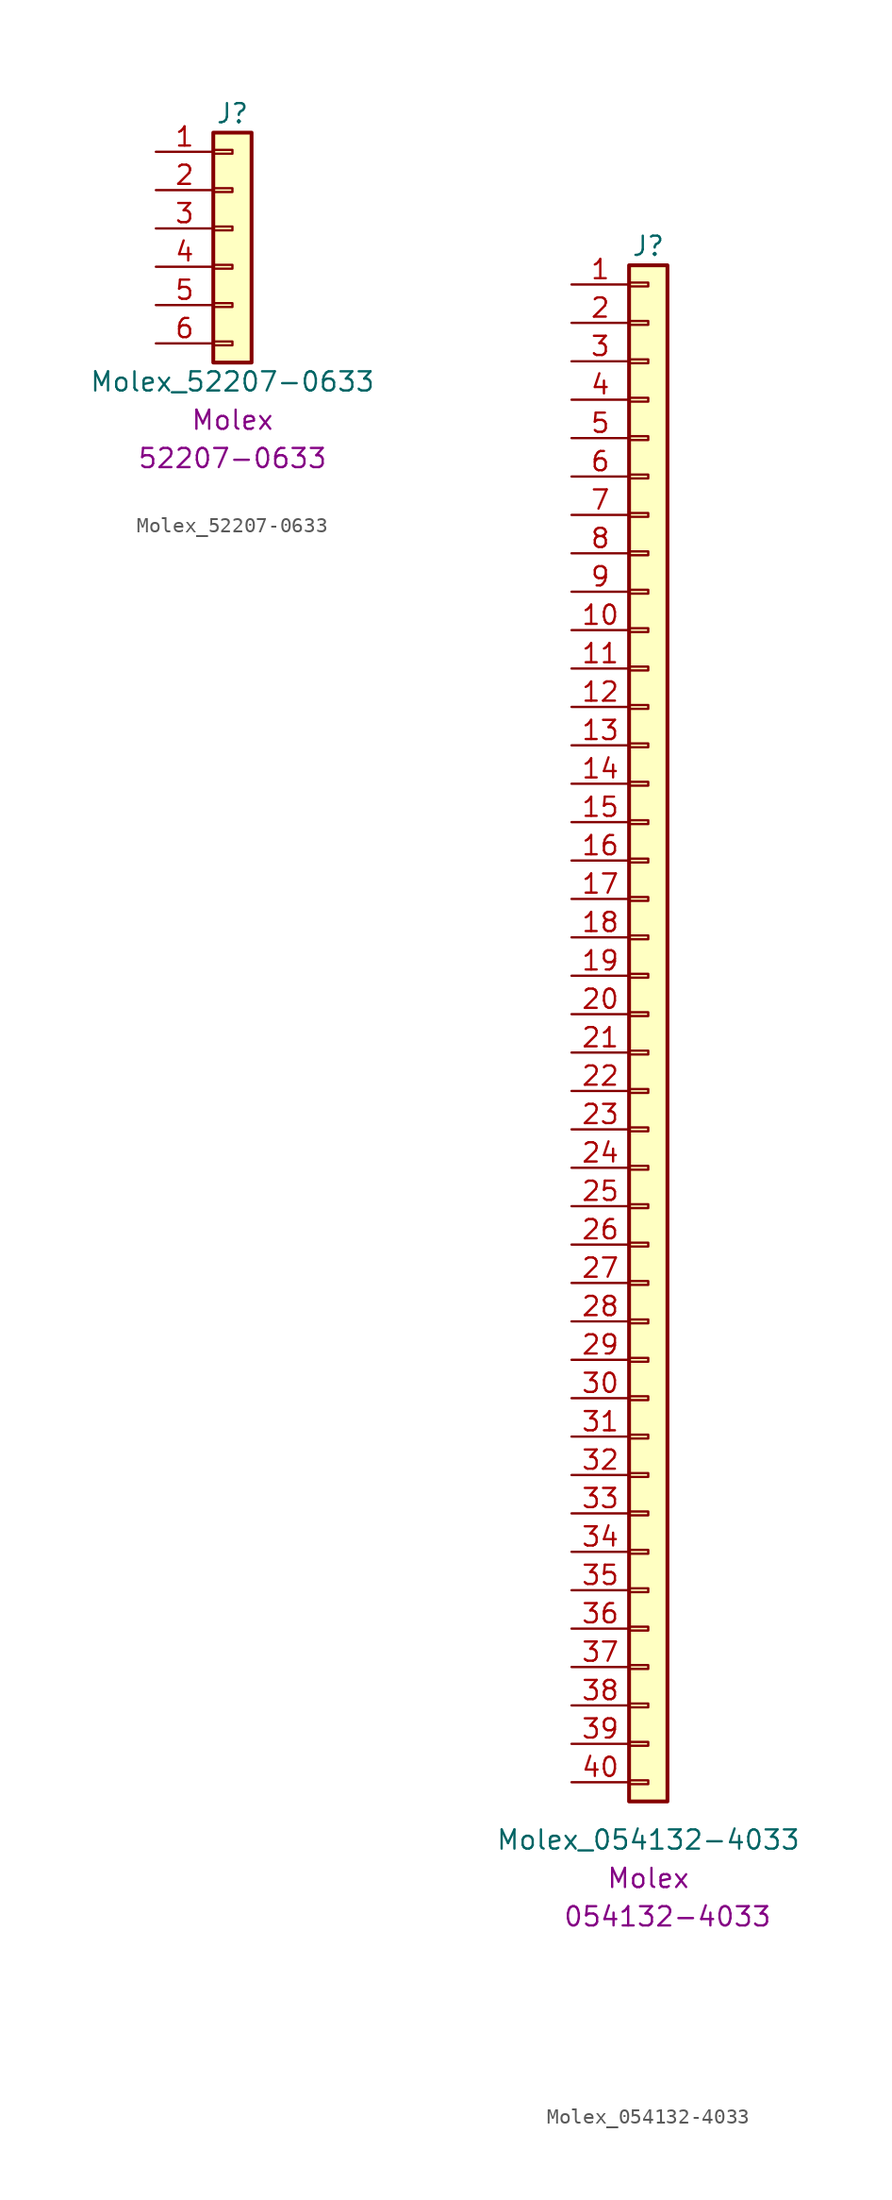
<source format=kicad_sym>
(kicad_symbol_lib
  (version 20211014)
  (generator kicad_symbol_editor)
  (symbol "Molex_52207-0633"
    (pin_names hide)
    (property "Reference" "J"
      (at 0 7.62 0)
      (effects (font (size 1.27 1.27))))
    (property "Value" "Molex_52207-0633"
      (at 0 -10.16 0)
      (effects (font (size 1.27 1.27))))
    (property "Manufacturer" "Molex"
      (at 0 -12.7 0)
      (effects (font (size 1.27 1.27))))
    (property "Manufacturer Part Number" "52207-0633"
      (at 0 -15.24 0)
      (effects (font (size 1.27 1.27))))
    (symbol "Molex_52207-0633_1_1"
      (rectangle (start -1.27 -7.493) (end 0 -7.747) (stroke (width 0.152) (type default) (color 0 0 0 0)) (fill (type none)))
      (rectangle (start -1.27 -4.953) (end 0 -5.207) (stroke (width 0.152) (type default) (color 0 0 0 0)) (fill (type none)))
      (rectangle (start -1.27 -2.413) (end 0 -2.667) (stroke (width 0.152) (type default) (color 0 0 0 0)) (fill (type none)))
      (rectangle (start -1.27 0.127) (end 0 -0.127) (stroke (width 0.152) (type default) (color 0 0 0 0)) (fill (type none)))
      (rectangle (start -1.27 2.667) (end 0 2.413) (stroke (width 0.152) (type default) (color 0 0 0 0)) (fill (type none)))
      (rectangle (start -1.27 5.207) (end 0 4.953) (stroke (width 0.152) (type default) (color 0 0 0 0)) (fill (type none)))
      (rectangle (start -1.27 6.35) (end 1.27 -8.89) (stroke (width 0.254) (type default) (color 0 0 0 0)) (fill (type background)))
      (pin passive line (at -5.08 5.08 0) (length 3.81) (name "Pin_1" (effects (font (size 1.27 1.27)))) (number "1" (effects (font (size 1.27 1.27)))))
      (pin passive line (at -5.08 2.54 0) (length 3.81) (name "Pin_2" (effects (font (size 1.27 1.27)))) (number "2" (effects (font (size 1.27 1.27)))))
      (pin passive line (at -5.08 0 0) (length 3.81) (name "Pin_3" (effects (font (size 1.27 1.27)))) (number "3" (effects (font (size 1.27 1.27)))))
      (pin passive line (at -5.08 -2.54 0) (length 3.81) (name "Pin_4" (effects (font (size 1.27 1.27)))) (number "4" (effects (font (size 1.27 1.27)))))
      (pin passive line (at -5.08 -5.08 0) (length 3.81) (name "Pin_5" (effects (font (size 1.27 1.27)))) (number "5" (effects (font (size 1.27 1.27)))))
      (pin passive line (at -5.08 -7.62 0) (length 3.81) (name "Pin_6" (effects (font (size 1.27 1.27)))) (number "6" (effects (font (size 1.27 1.27)))))))
  (symbol "Molex_054132-4033"
    (pin_names hide)
    (property "Reference" "J"
      (at 0 50.8 0)
      (effects (font (size 1.27 1.27))))
    (property "Value" "Molex_054132-4033"
      (at 0 -54.61 0)
      (effects (font (size 1.27 1.27))))
    (property "Manufacturer" "Molex"
      (at 0 -57.15 0)
      (effects (font (size 1.27 1.27))))
    (property "Manufacturer Part Number" "054132-4033"
      (at 1.27 -59.69 0)
      (effects (font (size 1.27 1.27))))
    (symbol "Molex_054132-4033_1_1"
      (rectangle (start -1.27 -50.673) (end 0 -50.927) (stroke (width 0.152) (type default) (color 0 0 0 0)) (fill (type none)))
      (rectangle (start -1.27 -48.133) (end 0 -48.387) (stroke (width 0.152) (type default) (color 0 0 0 0)) (fill (type none)))
      (rectangle (start -1.27 -45.593) (end 0 -45.847) (stroke (width 0.152) (type default) (color 0 0 0 0)) (fill (type none)))
      (rectangle (start -1.27 -43.053) (end 0 -43.307) (stroke (width 0.152) (type default) (color 0 0 0 0)) (fill (type none)))
      (rectangle (start -1.27 -40.513) (end 0 -40.767) (stroke (width 0.152) (type default) (color 0 0 0 0)) (fill (type none)))
      (rectangle (start -1.27 -37.973) (end 0 -38.227) (stroke (width 0.152) (type default) (color 0 0 0 0)) (fill (type none)))
      (rectangle (start -1.27 -35.433) (end 0 -35.687) (stroke (width 0.152) (type default) (color 0 0 0 0)) (fill (type none)))
      (rectangle (start -1.27 -32.893) (end 0 -33.147) (stroke (width 0.152) (type default) (color 0 0 0 0)) (fill (type none)))
      (rectangle (start -1.27 -30.353) (end 0 -30.607) (stroke (width 0.152) (type default) (color 0 0 0 0)) (fill (type none)))
      (rectangle (start -1.27 -27.813) (end 0 -28.067) (stroke (width 0.152) (type default) (color 0 0 0 0)) (fill (type none)))
      (rectangle (start -1.27 -25.273) (end 0 -25.527) (stroke (width 0.152) (type default) (color 0 0 0 0)) (fill (type none)))
      (rectangle (start -1.27 -22.733) (end 0 -22.987) (stroke (width 0.152) (type default) (color 0 0 0 0)) (fill (type none)))
      (rectangle (start -1.27 -20.193) (end 0 -20.447) (stroke (width 0.152) (type default) (color 0 0 0 0)) (fill (type none)))
      (rectangle (start -1.27 -17.653) (end 0 -17.907) (stroke (width 0.152) (type default) (color 0 0 0 0)) (fill (type none)))
      (rectangle (start -1.27 -15.113) (end 0 -15.367) (stroke (width 0.152) (type default) (color 0 0 0 0)) (fill (type none)))
      (rectangle (start -1.27 -12.573) (end 0 -12.827) (stroke (width 0.152) (type default) (color 0 0 0 0)) (fill (type none)))
      (rectangle (start -1.27 -10.033) (end 0 -10.287) (stroke (width 0.152) (type default) (color 0 0 0 0)) (fill (type none)))
      (rectangle (start -1.27 -7.493) (end 0 -7.747) (stroke (width 0.152) (type default) (color 0 0 0 0)) (fill (type none)))
      (rectangle (start -1.27 -4.953) (end 0 -5.207) (stroke (width 0.152) (type default) (color 0 0 0 0)) (fill (type none)))
      (rectangle (start -1.27 -2.413) (end 0 -2.667) (stroke (width 0.152) (type default) (color 0 0 0 0)) (fill (type none)))
      (rectangle (start -1.27 0.127) (end 0 -0.127) (stroke (width 0.152) (type default) (color 0 0 0 0)) (fill (type none)))
      (rectangle (start -1.27 2.667) (end 0 2.413) (stroke (width 0.152) (type default) (color 0 0 0 0)) (fill (type none)))
      (rectangle (start -1.27 5.207) (end 0 4.953) (stroke (width 0.152) (type default) (color 0 0 0 0)) (fill (type none)))
      (rectangle (start -1.27 7.747) (end 0 7.493) (stroke (width 0.152) (type default) (color 0 0 0 0)) (fill (type none)))
      (rectangle (start -1.27 10.287) (end 0 10.033) (stroke (width 0.152) (type default) (color 0 0 0 0)) (fill (type none)))
      (rectangle (start -1.27 12.827) (end 0 12.573) (stroke (width 0.152) (type default) (color 0 0 0 0)) (fill (type none)))
      (rectangle (start -1.27 15.367) (end 0 15.113) (stroke (width 0.152) (type default) (color 0 0 0 0)) (fill (type none)))
      (rectangle (start -1.27 17.907) (end 0 17.653) (stroke (width 0.152) (type default) (color 0 0 0 0)) (fill (type none)))
      (rectangle (start -1.27 20.447) (end 0 20.193) (stroke (width 0.152) (type default) (color 0 0 0 0)) (fill (type none)))
      (rectangle (start -1.27 22.987) (end 0 22.733) (stroke (width 0.152) (type default) (color 0 0 0 0)) (fill (type none)))
      (rectangle (start -1.27 25.527) (end 0 25.273) (stroke (width 0.152) (type default) (color 0 0 0 0)) (fill (type none)))
      (rectangle (start -1.27 28.067) (end 0 27.813) (stroke (width 0.152) (type default) (color 0 0 0 0)) (fill (type none)))
      (rectangle (start -1.27 30.607) (end 0 30.353) (stroke (width 0.152) (type default) (color 0 0 0 0)) (fill (type none)))
      (rectangle (start -1.27 33.147) (end 0 32.893) (stroke (width 0.152) (type default) (color 0 0 0 0)) (fill (type none)))
      (rectangle (start -1.27 35.687) (end 0 35.433) (stroke (width 0.152) (type default) (color 0 0 0 0)) (fill (type none)))
      (rectangle (start -1.27 38.227) (end 0 37.973) (stroke (width 0.152) (type default) (color 0 0 0 0)) (fill (type none)))
      (rectangle (start -1.27 40.767) (end 0 40.513) (stroke (width 0.152) (type default) (color 0 0 0 0)) (fill (type none)))
      (rectangle (start -1.27 43.307) (end 0 43.053) (stroke (width 0.152) (type default) (color 0 0 0 0)) (fill (type none)))
      (rectangle (start -1.27 45.847) (end 0 45.593) (stroke (width 0.152) (type default) (color 0 0 0 0)) (fill (type none)))
      (rectangle (start -1.27 48.387) (end 0 48.133) (stroke (width 0.152) (type default) (color 0 0 0 0)) (fill (type none)))
      (rectangle (start -1.27 49.53) (end 1.27 -52.07) (stroke (width 0.254) (type default) (color 0 0 0 0)) (fill (type background)))
      (pin passive line (at -5.08 48.26 0) (length 3.81) (name "Pin_1" (effects (font (size 1.27 1.27)))) (number "1" (effects (font (size 1.27 1.27)))))
      (pin passive line (at -5.08 25.4 0) (length 3.81) (name "Pin_10" (effects (font (size 1.27 1.27)))) (number "10" (effects (font (size 1.27 1.27)))))
      (pin passive line (at -5.08 22.86 0) (length 3.81) (name "Pin_11" (effects (font (size 1.27 1.27)))) (number "11" (effects (font (size 1.27 1.27)))))
      (pin passive line (at -5.08 20.32 0) (length 3.81) (name "Pin_12" (effects (font (size 1.27 1.27)))) (number "12" (effects (font (size 1.27 1.27)))))
      (pin passive line (at -5.08 17.78 0) (length 3.81) (name "Pin_13" (effects (font (size 1.27 1.27)))) (number "13" (effects (font (size 1.27 1.27)))))
      (pin passive line (at -5.08 15.24 0) (length 3.81) (name "Pin_14" (effects (font (size 1.27 1.27)))) (number "14" (effects (font (size 1.27 1.27)))))
      (pin passive line (at -5.08 12.7 0) (length 3.81) (name "Pin_15" (effects (font (size 1.27 1.27)))) (number "15" (effects (font (size 1.27 1.27)))))
      (pin passive line (at -5.08 10.16 0) (length 3.81) (name "Pin_16" (effects (font (size 1.27 1.27)))) (number "16" (effects (font (size 1.27 1.27)))))
      (pin passive line (at -5.08 7.62 0) (length 3.81) (name "Pin_17" (effects (font (size 1.27 1.27)))) (number "17" (effects (font (size 1.27 1.27)))))
      (pin passive line (at -5.08 5.08 0) (length 3.81) (name "Pin_18" (effects (font (size 1.27 1.27)))) (number "18" (effects (font (size 1.27 1.27)))))
      (pin passive line (at -5.08 2.54 0) (length 3.81) (name "Pin_19" (effects (font (size 1.27 1.27)))) (number "19" (effects (font (size 1.27 1.27)))))
      (pin passive line (at -5.08 45.72 0) (length 3.81) (name "Pin_2" (effects (font (size 1.27 1.27)))) (number "2" (effects (font (size 1.27 1.27)))))
      (pin passive line (at -5.08 0 0) (length 3.81) (name "Pin_20" (effects (font (size 1.27 1.27)))) (number "20" (effects (font (size 1.27 1.27)))))
      (pin passive line (at -5.08 -2.54 0) (length 3.81) (name "Pin_21" (effects (font (size 1.27 1.27)))) (number "21" (effects (font (size 1.27 1.27)))))
      (pin passive line (at -5.08 -5.08 0) (length 3.81) (name "Pin_22" (effects (font (size 1.27 1.27)))) (number "22" (effects (font (size 1.27 1.27)))))
      (pin passive line (at -5.08 -7.62 0) (length 3.81) (name "Pin_23" (effects (font (size 1.27 1.27)))) (number "23" (effects (font (size 1.27 1.27)))))
      (pin passive line (at -5.08 -10.16 0) (length 3.81) (name "Pin_24" (effects (font (size 1.27 1.27)))) (number "24" (effects (font (size 1.27 1.27)))))
      (pin passive line (at -5.08 -12.7 0) (length 3.81) (name "Pin_25" (effects (font (size 1.27 1.27)))) (number "25" (effects (font (size 1.27 1.27)))))
      (pin passive line (at -5.08 -15.24 0) (length 3.81) (name "Pin_26" (effects (font (size 1.27 1.27)))) (number "26" (effects (font (size 1.27 1.27)))))
      (pin passive line (at -5.08 -17.78 0) (length 3.81) (name "Pin_27" (effects (font (size 1.27 1.27)))) (number "27" (effects (font (size 1.27 1.27)))))
      (pin passive line (at -5.08 -20.32 0) (length 3.81) (name "Pin_28" (effects (font (size 1.27 1.27)))) (number "28" (effects (font (size 1.27 1.27)))))
      (pin passive line (at -5.08 -22.86 0) (length 3.81) (name "Pin_29" (effects (font (size 1.27 1.27)))) (number "29" (effects (font (size 1.27 1.27)))))
      (pin passive line (at -5.08 43.18 0) (length 3.81) (name "Pin_3" (effects (font (size 1.27 1.27)))) (number "3" (effects (font (size 1.27 1.27)))))
      (pin passive line (at -5.08 -25.4 0) (length 3.81) (name "Pin_30" (effects (font (size 1.27 1.27)))) (number "30" (effects (font (size 1.27 1.27)))))
      (pin passive line (at -5.08 -27.94 0) (length 3.81) (name "Pin_31" (effects (font (size 1.27 1.27)))) (number "31" (effects (font (size 1.27 1.27)))))
      (pin passive line (at -5.08 -30.48 0) (length 3.81) (name "Pin_32" (effects (font (size 1.27 1.27)))) (number "32" (effects (font (size 1.27 1.27)))))
      (pin passive line (at -5.08 -33.02 0) (length 3.81) (name "Pin_33" (effects (font (size 1.27 1.27)))) (number "33" (effects (font (size 1.27 1.27)))))
      (pin passive line (at -5.08 -35.56 0) (length 3.81) (name "Pin_34" (effects (font (size 1.27 1.27)))) (number "34" (effects (font (size 1.27 1.27)))))
      (pin passive line (at -5.08 -38.1 0) (length 3.81) (name "Pin_35" (effects (font (size 1.27 1.27)))) (number "35" (effects (font (size 1.27 1.27)))))
      (pin passive line (at -5.08 -40.64 0) (length 3.81) (name "Pin_36" (effects (font (size 1.27 1.27)))) (number "36" (effects (font (size 1.27 1.27)))))
      (pin passive line (at -5.08 -43.18 0) (length 3.81) (name "Pin_37" (effects (font (size 1.27 1.27)))) (number "37" (effects (font (size 1.27 1.27)))))
      (pin passive line (at -5.08 -45.72 0) (length 3.81) (name "Pin_38" (effects (font (size 1.27 1.27)))) (number "38" (effects (font (size 1.27 1.27)))))
      (pin passive line (at -5.08 -48.26 0) (length 3.81) (name "Pin_39" (effects (font (size 1.27 1.27)))) (number "39" (effects (font (size 1.27 1.27)))))
      (pin passive line (at -5.08 40.64 0) (length 3.81) (name "Pin_4" (effects (font (size 1.27 1.27)))) (number "4" (effects (font (size 1.27 1.27)))))
      (pin passive line (at -5.08 -50.8 0) (length 3.81) (name "Pin_40" (effects (font (size 1.27 1.27)))) (number "40" (effects (font (size 1.27 1.27)))))
      (pin passive line (at -5.08 38.1 0) (length 3.81) (name "Pin_5" (effects (font (size 1.27 1.27)))) (number "5" (effects (font (size 1.27 1.27)))))
      (pin passive line (at -5.08 35.56 0) (length 3.81) (name "Pin_6" (effects (font (size 1.27 1.27)))) (number "6" (effects (font (size 1.27 1.27)))))
      (pin passive line (at -5.08 33.02 0) (length 3.81) (name "Pin_7" (effects (font (size 1.27 1.27)))) (number "7" (effects (font (size 1.27 1.27)))))
      (pin passive line (at -5.08 30.48 0) (length 3.81) (name "Pin_8" (effects (font (size 1.27 1.27)))) (number "8" (effects (font (size 1.27 1.27)))))
      (pin passive line (at -5.08 27.94 0) (length 3.81) (name "Pin_9" (effects (font (size 1.27 1.27)))) (number "9" (effects (font (size 1.27 1.27))))))))
</source>
